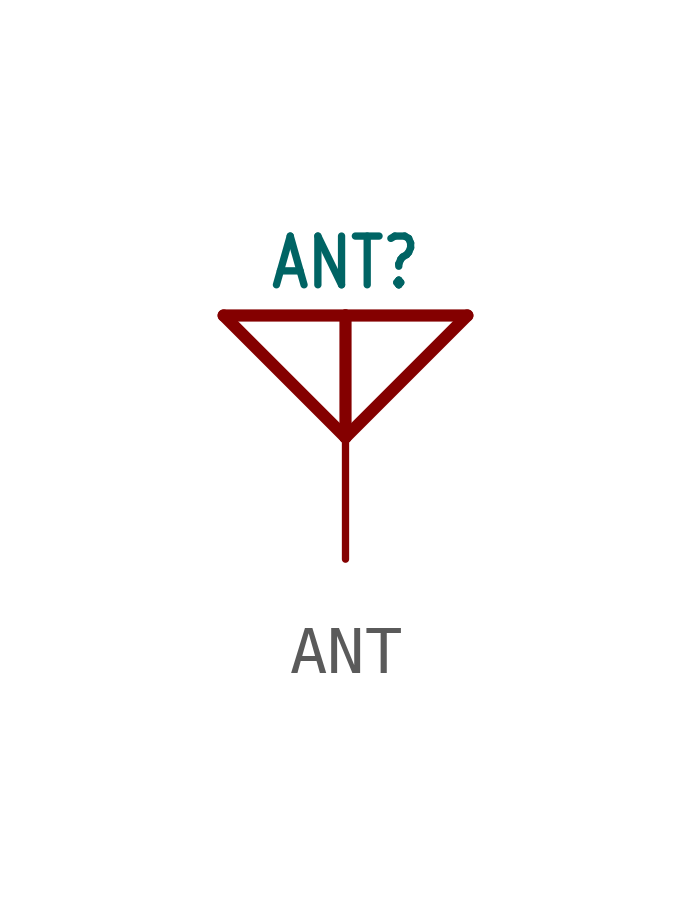
<source format=kicad_sym>
(kicad_symbol_lib
  (version 20201005)
  (generator kicad_symbol_editor)
  (symbol "ANT"
    (property "Reference" "ANT"
      (at 0 5.588 0)
      (effects (font (size 1.016 0.864)) (justify bottom)))
    (property "ki_locked" ""
      (at 0 0 0)
      (effects (font (size 1.27 1.27))))
    (symbol "ANT_1_0"
      (polyline (pts (xy -2.54 5.08) (xy 0 5.08)) (stroke (width 0.254)) (fill (type none)))
      (polyline (pts (xy 0 2.54) (xy -2.54 5.08)) (stroke (width 0.254)) (fill (type none)))
      (polyline (pts (xy 0 5.08) (xy 0 2.54)) (stroke (width 0.254)) (fill (type none)))
      (polyline (pts (xy 0 5.08) (xy 2.54 5.08)) (stroke (width 0.254)) (fill (type none)))
      (polyline (pts (xy 2.54 5.08) (xy 0 2.54)) (stroke (width 0.254)) (fill (type none)))
      (pin output line (at 0 0 90) (length 2.54) (name "1" (effects (font (size 0 0)))) (number "1" (effects (font (size 0 0))))))))
</source>
